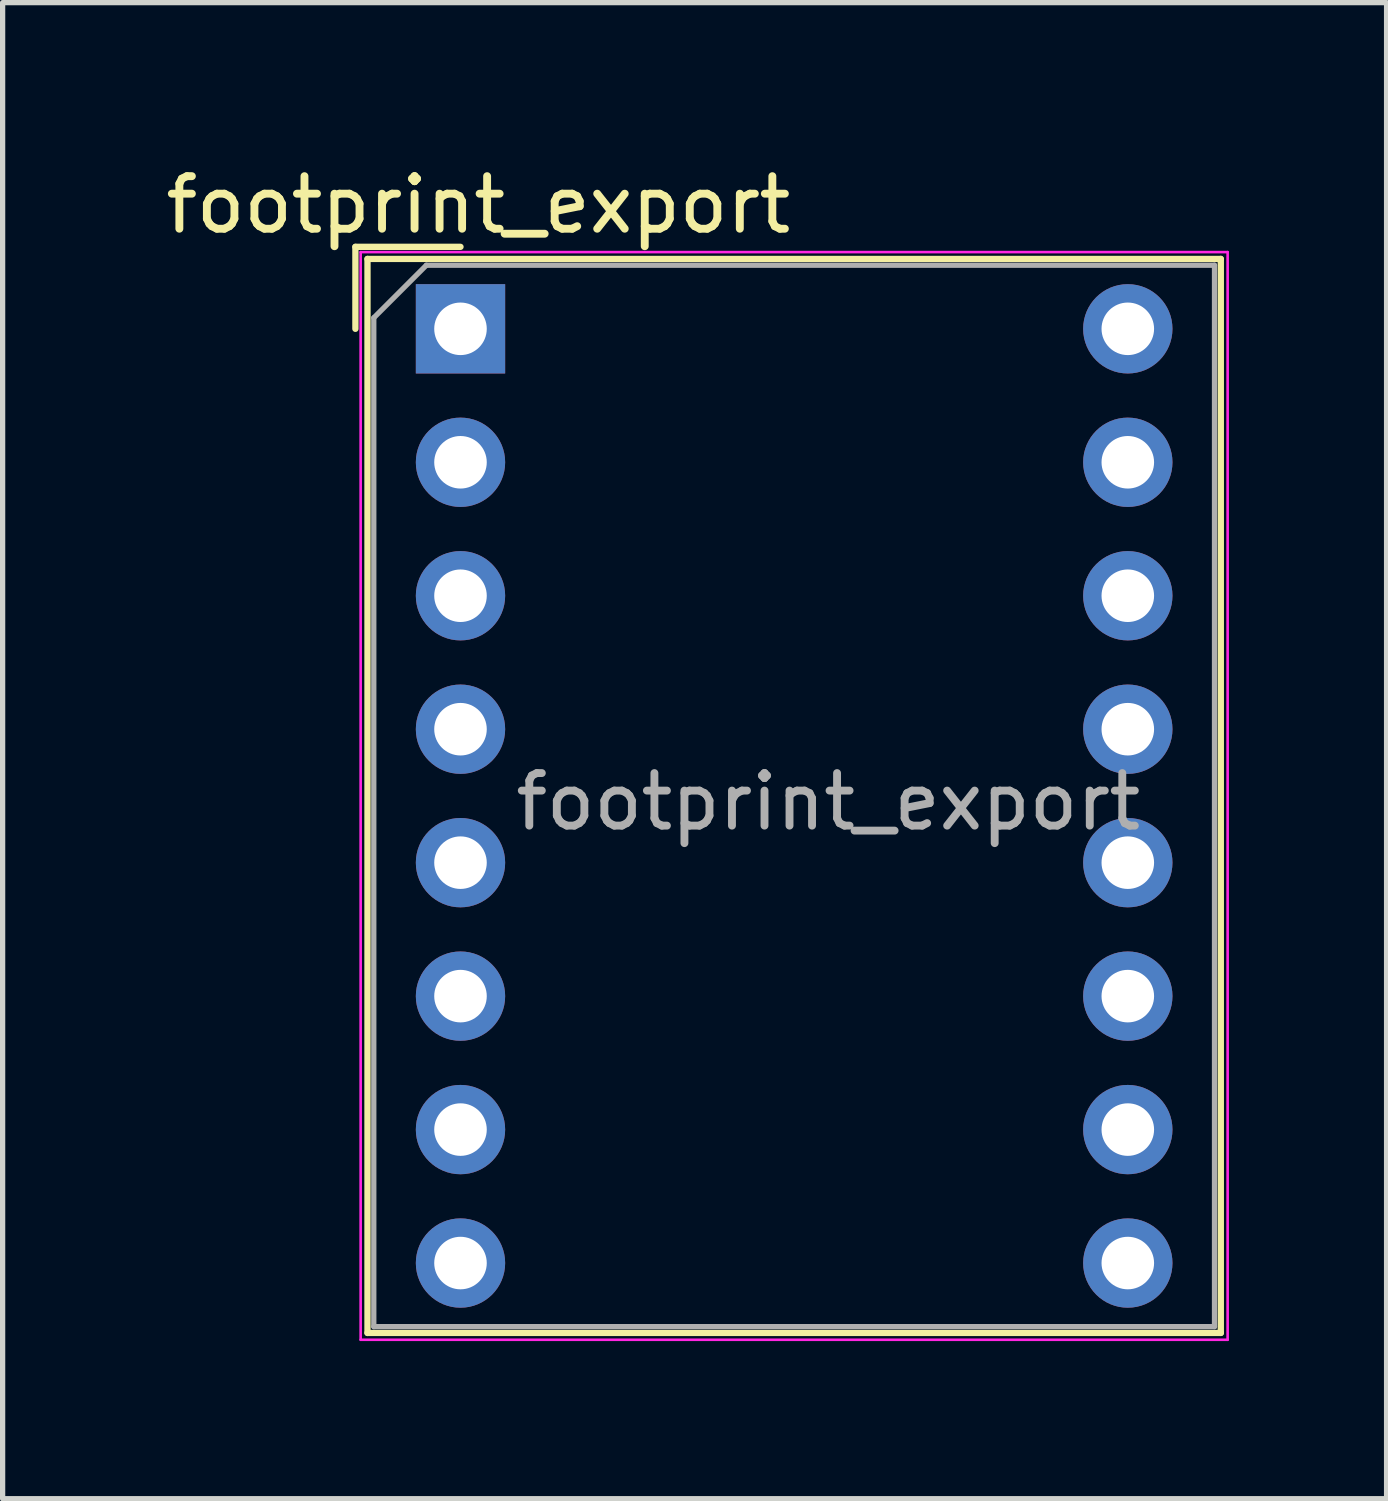
<source format=kicad_pcb>
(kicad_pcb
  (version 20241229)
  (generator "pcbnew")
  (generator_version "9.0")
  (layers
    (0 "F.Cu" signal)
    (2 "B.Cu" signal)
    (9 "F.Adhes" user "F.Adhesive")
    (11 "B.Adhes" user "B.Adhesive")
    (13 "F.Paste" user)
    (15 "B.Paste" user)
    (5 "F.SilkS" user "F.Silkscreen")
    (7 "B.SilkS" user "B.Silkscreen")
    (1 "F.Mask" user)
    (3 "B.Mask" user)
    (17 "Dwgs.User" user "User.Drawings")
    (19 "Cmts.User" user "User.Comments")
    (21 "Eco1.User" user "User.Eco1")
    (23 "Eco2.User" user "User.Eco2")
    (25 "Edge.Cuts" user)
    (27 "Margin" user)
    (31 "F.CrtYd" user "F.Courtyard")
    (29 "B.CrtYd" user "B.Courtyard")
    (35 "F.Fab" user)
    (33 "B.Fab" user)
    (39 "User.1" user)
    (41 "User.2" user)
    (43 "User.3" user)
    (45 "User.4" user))
  (footprint "footprint_export"
    (layer "F.Cu")
    (at 5.714 3.208)
    (property "Reference" "footprint_export" (at 0.34 -2.36 0) (layer "F.SilkS") (effects (font (size 1 1) (thickness 0.15))))
    (attr through_hole)
    (fp_line (start -2 -1.56) (end -2 0) (stroke (width 0.12) (type solid)) (layer "F.SilkS"))
    (fp_line (start -2 -1.56) (end 0 -1.56) (stroke (width 0.12) (type solid)) (layer "F.SilkS"))
    (fp_line (start -1.77 -1.33) (end 14.47 -1.33) (stroke (width 0.12) (type solid)) (layer "F.SilkS"))
    (fp_line (start -1.77 19.11) (end -1.77 -1.33) (stroke (width 0.12) (type solid)) (layer "F.SilkS"))
    (fp_line (start 14.47 -1.33) (end 14.47 19.11) (stroke (width 0.12) (type solid)) (layer "F.SilkS"))
    (fp_line (start 14.47 19.11) (end -1.77 19.11) (stroke (width 0.12) (type solid)) (layer "F.SilkS"))
    (fp_line (start -1.9 -1.46) (end 14.6 -1.46) (stroke (width 0.05) (type solid)) (layer "F.CrtYd"))
    (fp_line (start -1.9 19.24) (end -1.9 -1.46) (stroke (width 0.05) (type solid)) (layer "F.CrtYd"))
    (fp_line (start 14.6 -1.46) (end 14.6 19.24) (stroke (width 0.05) (type solid)) (layer "F.CrtYd"))
    (fp_line (start 14.6 19.24) (end -1.9 19.24) (stroke (width 0.05) (type solid)) (layer "F.CrtYd"))
    (fp_line (start -1.65 -0.21) (end -0.65 -1.21) (stroke (width 0.1) (type solid)) (layer "F.Fab"))
    (fp_line (start -1.65 18.99) (end -1.65 -0.21) (stroke (width 0.1) (type solid)) (layer "F.Fab"))
    (fp_line (start -0.65 -1.21) (end 14.35 -1.21) (stroke (width 0.1) (type solid)) (layer "F.Fab"))
    (fp_line (start 14.35 -1.21) (end 14.35 18.99) (stroke (width 0.1) (type solid)) (layer "F.Fab"))
    (fp_line (start 14.35 18.99) (end -1.65 18.99) (stroke (width 0.1) (type solid)) (layer "F.Fab"))
    (fp_text user "${REFERENCE}" (at 7 9 0) (layer "F.Fab") (effects (font (size 1 1) (thickness 0.15))))
    (pad "1" thru_hole rect (at 0 0) (size 1.7 1.7) (drill 1) (layers "*.Cu" "*.Mask"))
    (pad "2" thru_hole circle (at 0 2.54) (size 1.7 1.7) (drill 1) (layers "*.Cu" "*.Mask"))
    (pad "3" thru_hole circle (at 0 5.08) (size 1.7 1.7) (drill 1) (layers "*.Cu" "*.Mask"))
    (pad "4" thru_hole circle (at 0 7.62) (size 1.7 1.7) (drill 1) (layers "*.Cu" "*.Mask"))
    (pad "5" thru_hole circle (at 0 10.16) (size 1.7 1.7) (drill 1) (layers "*.Cu" "*.Mask"))
    (pad "6" thru_hole circle (at 0 12.7) (size 1.7 1.7) (drill 1) (layers "*.Cu" "*.Mask"))
    (pad "7" thru_hole circle (at 0 15.24) (size 1.7 1.7) (drill 1) (layers "*.Cu" "*.Mask"))
    (pad "8" thru_hole circle (at 0 17.78) (size 1.7 1.7) (drill 1) (layers "*.Cu" "*.Mask"))
    (pad "9" thru_hole circle (at 12.7 17.78) (size 1.7 1.7) (drill 1) (layers "*.Cu" "*.Mask"))
    (pad "10" thru_hole circle (at 12.7 15.24) (size 1.7 1.7) (drill 1) (layers "*.Cu" "*.Mask"))
    (pad "11" thru_hole circle (at 12.7 12.7) (size 1.7 1.7) (drill 1) (layers "*.Cu" "*.Mask"))
    (pad "12" thru_hole circle (at 12.7 10.16) (size 1.7 1.7) (drill 1) (layers "*.Cu" "*.Mask"))
    (pad "13" thru_hole circle (at 12.7 7.62) (size 1.7 1.7) (drill 1) (layers "*.Cu" "*.Mask"))
    (pad "14" thru_hole circle (at 12.7 5.08) (size 1.7 1.7) (drill 1) (layers "*.Cu" "*.Mask"))
    (pad "15" thru_hole circle (at 12.7 2.54) (size 1.7 1.7) (drill 1) (layers "*.Cu" "*.Mask"))
    (pad "16" thru_hole circle (at 12.7 0) (size 1.7 1.7) (drill 1) (layers "*.Cu" "*.Mask")))
  (gr_rect
    (start -3 -3)
    (end 23.339 25.473)
    (stroke (width 0.1) (type default))
    (fill no)
    (layer "Edge.Cuts")))
</source>
